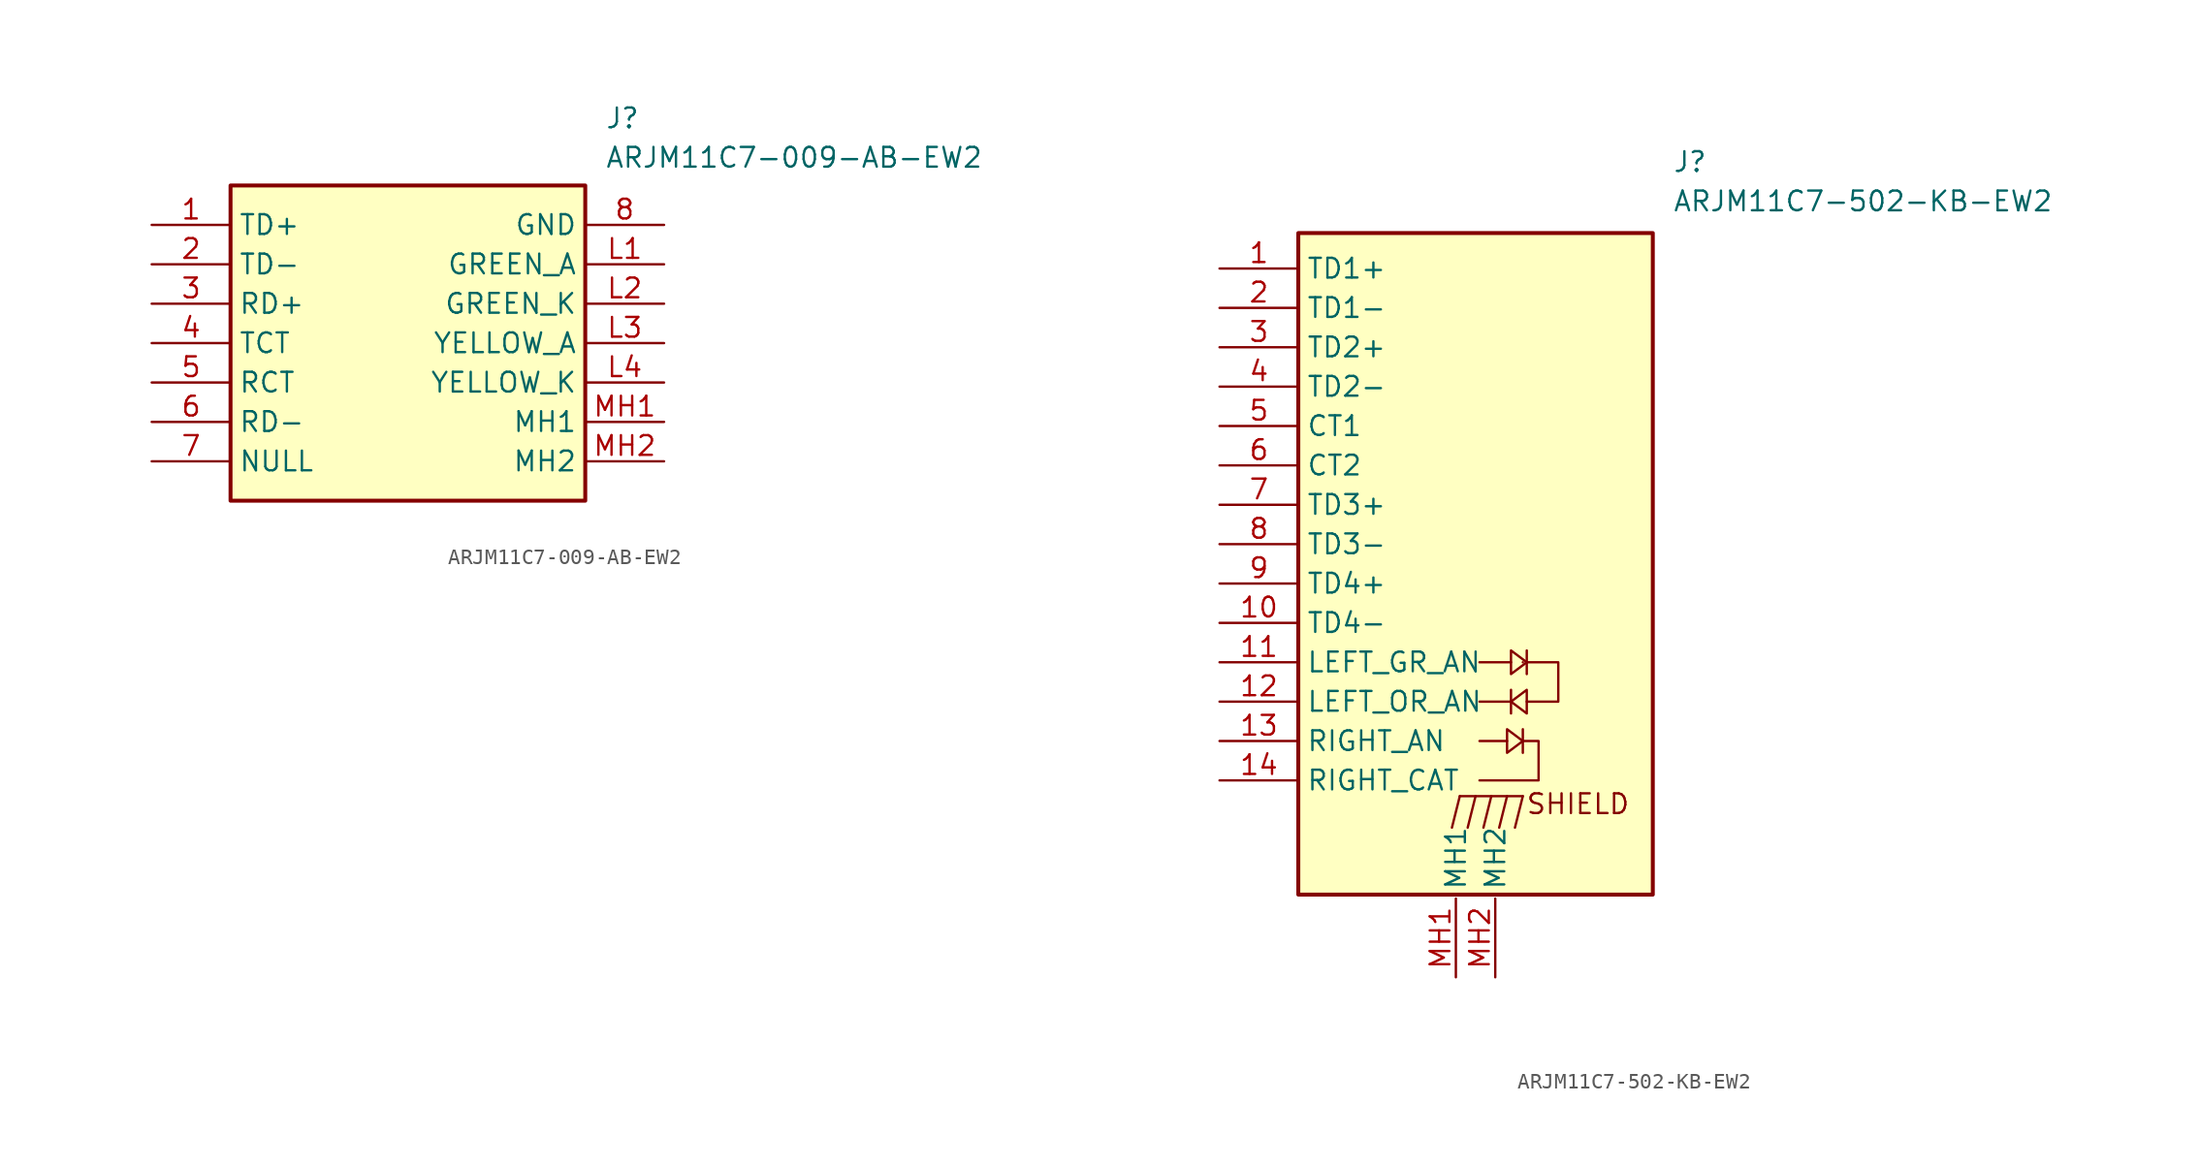
<source format=kicad_sym>
(kicad_symbol_lib
  (version 20231120)
  (generator "kicad_symbol_editor")
  (generator_version "8.0")
  (symbol "ARJM11C7-009-AB-EW2"
    (property "Reference" "J"
      (at 29.21 7.62 0)
      (effects (font (size 1.27 1.27)) (justify left top)))
    (property "Value" "ARJM11C7-009-AB-EW2"
      (at 29.21 5.08 0)
      (effects (font (size 1.27 1.27)) (justify left top)))
    (symbol "ARJM11C7-009-AB-EW2_1_1"
      (rectangle (start 5.08 2.54) (end 27.94 -17.78) (stroke (width 0.254) (type default)) (fill (type background)))
      (pin passive line (at 0 0 0) (length 5.08) (name "TD+" (effects (font (size 1.27 1.27)))) (number "1" (effects (font (size 1.27 1.27)))))
      (pin passive line (at 0 -2.54 0) (length 5.08) (name "TD-" (effects (font (size 1.27 1.27)))) (number "2" (effects (font (size 1.27 1.27)))))
      (pin passive line (at 0 -5.08 0) (length 5.08) (name "RD+" (effects (font (size 1.27 1.27)))) (number "3" (effects (font (size 1.27 1.27)))))
      (pin passive line (at 0 -7.62 0) (length 5.08) (name "TCT" (effects (font (size 1.27 1.27)))) (number "4" (effects (font (size 1.27 1.27)))))
      (pin passive line (at 0 -10.16 0) (length 5.08) (name "RCT" (effects (font (size 1.27 1.27)))) (number "5" (effects (font (size 1.27 1.27)))))
      (pin passive line (at 0 -12.7 0) (length 5.08) (name "RD-" (effects (font (size 1.27 1.27)))) (number "6" (effects (font (size 1.27 1.27)))))
      (pin passive line (at 0 -15.24 0) (length 5.08) (name "NULL" (effects (font (size 1.27 1.27)))) (number "7" (effects (font (size 1.27 1.27)))))
      (pin passive line (at 33.02 0 180) (length 5.08) (name "GND" (effects (font (size 1.27 1.27)))) (number "8" (effects (font (size 1.27 1.27)))))
      (pin passive line (at 33.02 -2.54 180) (length 5.08) (name "GREEN_A" (effects (font (size 1.27 1.27)))) (number "L1" (effects (font (size 1.27 1.27)))))
      (pin passive line (at 33.02 -5.08 180) (length 5.08) (name "GREEN_K" (effects (font (size 1.27 1.27)))) (number "L2" (effects (font (size 1.27 1.27)))))
      (pin passive line (at 33.02 -7.62 180) (length 5.08) (name "YELLOW_A" (effects (font (size 1.27 1.27)))) (number "L3" (effects (font (size 1.27 1.27)))))
      (pin passive line (at 33.02 -10.16 180) (length 5.08) (name "YELLOW_K" (effects (font (size 1.27 1.27)))) (number "L4" (effects (font (size 1.27 1.27)))))
      (pin passive line (at 33.02 -12.7 180) (length 5.08) (name "MH1" (effects (font (size 1.27 1.27)))) (number "MH1" (effects (font (size 1.27 1.27)))))
      (pin passive line (at 33.02 -15.24 180) (length 5.08) (name "MH2" (effects (font (size 1.27 1.27)))) (number "MH2" (effects (font (size 1.27 1.27)))))))
  (symbol "ARJM11C7-502-KB-EW2"
    (property "Reference" "J"
      (at 29.21 7.62 0)
      (effects (font (size 1.27 1.27)) (justify left top)))
    (property "Value" "ARJM11C7-502-KB-EW2"
      (at 29.21 5.08 0)
      (effects (font (size 1.27 1.27)) (justify left top)))
    (symbol "ARJM11C7-502-KB-EW2_0_1"
      (polyline (pts (xy 14.986 -36.068) (xy 15.494 -34.036)) (stroke (width 0) (type default)) (fill (type none)))
      (polyline (pts (xy 16.002 -36.068) (xy 16.51 -34.036)) (stroke (width 0) (type default)) (fill (type none)))
      (polyline (pts (xy 17.018 -36.068) (xy 17.526 -34.036)) (stroke (width 0) (type default)) (fill (type none)))
      (polyline (pts (xy 18.034 -36.068) (xy 18.542 -34.036)) (stroke (width 0) (type default)) (fill (type none)))
      (polyline (pts (xy 18.796 -27.94) (xy 16.764 -27.94)) (stroke (width 0) (type default)) (fill (type none)))
      (polyline (pts (xy 19.05 -36.068) (xy 19.558 -34.036)) (stroke (width 0) (type default)) (fill (type none)))
      (polyline (pts (xy 19.558 -34.036) (xy 15.494 -34.036)) (stroke (width 0) (type default)) (fill (type none))))
    (symbol "ARJM11C7-502-KB-EW2_1_0"
      (pin passive line (at 15.24 -45.72 90) (length 5.08) (name "MH1" (effects (font (size 1.27 1.27)))) (number "MH1" (effects (font (size 1.27 1.27)))))
      (pin passive line (at 17.78 -45.72 90) (length 5.08) (name "MH2" (effects (font (size 1.27 1.27)))) (number "MH2" (effects (font (size 1.27 1.27))))))
    (symbol "ARJM11C7-502-KB-EW2_1_1"
      (polyline (pts (xy 18.542 -30.48) (xy 16.764 -30.48)) (stroke (width 0) (type default)) (fill (type none)))
      (polyline (pts (xy 18.796 -28.702) (xy 18.796 -27.178)) (stroke (width 0) (type default)) (fill (type none)))
      (polyline (pts (xy 18.796 -25.4) (xy 16.764 -25.4)) (stroke (width 0) (type default)) (fill (type none)))
      (polyline (pts (xy 19.558 -30.48) (xy 19.558 -30.48)) (stroke (width 0) (type default)) (fill (type none)))
      (polyline (pts (xy 19.558 -29.718) (xy 19.558 -31.242)) (stroke (width 0) (type default)) (fill (type none)))
      (polyline (pts (xy 19.558 -25.4) (xy 19.558 -25.4)) (stroke (width 0) (type default)) (fill (type none)))
      (polyline (pts (xy 19.812 -24.638) (xy 19.812 -26.162)) (stroke (width 0) (type default)) (fill (type none)))
      (polyline (pts (xy 18.542 -29.718) (xy 18.542 -31.242) (xy 19.558 -30.48) (xy 18.542 -29.718)) (stroke (width 0) (type default)) (fill (type none)))
      (polyline (pts (xy 18.796 -24.638) (xy 18.796 -26.162) (xy 19.812 -25.4) (xy 18.796 -24.638)) (stroke (width 0) (type default)) (fill (type none)))
      (polyline (pts (xy 19.558 -30.48) (xy 20.574 -30.48) (xy 20.574 -33.02) (xy 16.764 -33.02)) (stroke (width 0) (type default)) (fill (type none)))
      (polyline (pts (xy 19.812 -28.702) (xy 19.812 -27.178) (xy 18.796 -27.94) (xy 19.812 -28.702)) (stroke (width 0) (type default)) (fill (type none)))
      (polyline (pts (xy 19.812 -25.4) (xy 21.844 -25.4) (xy 21.844 -27.94) (xy 19.812 -27.94)) (stroke (width 0) (type default)) (fill (type none)))
      (rectangle (start 5.08 2.286) (end 27.94 -40.386) (stroke (width 0.254) (type default)) (fill (type background)))
      (text "SHIELD" (at 23.114 -34.544 0) (effects (font (size 1.27 1.27))))
      (pin passive line (at 0 0 0) (length 5.08) (name "TD1+" (effects (font (size 1.27 1.27)))) (number "1" (effects (font (size 1.27 1.27)))))
      (pin passive line (at 0 -22.86 0) (length 5.08) (name "TD4-" (effects (font (size 1.27 1.27)))) (number "10" (effects (font (size 1.27 1.27)))))
      (pin passive line (at 0 -25.4 0) (length 5.08) (name "LEFT_GR_AN" (effects (font (size 1.27 1.27)))) (number "11" (effects (font (size 1.27 1.27)))))
      (pin passive line (at 0 -27.94 0) (length 5.08) (name "LEFT_OR_AN" (effects (font (size 1.27 1.27)))) (number "12" (effects (font (size 1.27 1.27)))))
      (pin passive line (at 0 -30.48 0) (length 5.08) (name "RIGHT_AN" (effects (font (size 1.27 1.27)))) (number "13" (effects (font (size 1.27 1.27)))))
      (pin passive line (at 0 -33.02 0) (length 5.08) (name "RIGHT_CAT" (effects (font (size 1.27 1.27)))) (number "14" (effects (font (size 1.27 1.27)))))
      (pin passive line (at 0 -2.54 0) (length 5.08) (name "TD1-" (effects (font (size 1.27 1.27)))) (number "2" (effects (font (size 1.27 1.27)))))
      (pin passive line (at 0 -5.08 0) (length 5.08) (name "TD2+" (effects (font (size 1.27 1.27)))) (number "3" (effects (font (size 1.27 1.27)))))
      (pin passive line (at 0 -7.62 0) (length 5.08) (name "TD2-" (effects (font (size 1.27 1.27)))) (number "4" (effects (font (size 1.27 1.27)))))
      (pin passive line (at 0 -10.16 0) (length 5.08) (name "CT1" (effects (font (size 1.27 1.27)))) (number "5" (effects (font (size 1.27 1.27)))))
      (pin passive line (at 0 -12.7 0) (length 5.08) (name "CT2" (effects (font (size 1.27 1.27)))) (number "6" (effects (font (size 1.27 1.27)))))
      (pin passive line (at 0 -15.24 0) (length 5.08) (name "TD3+" (effects (font (size 1.27 1.27)))) (number "7" (effects (font (size 1.27 1.27)))))
      (pin passive line (at 0 -17.78 0) (length 5.08) (name "TD3-" (effects (font (size 1.27 1.27)))) (number "8" (effects (font (size 1.27 1.27)))))
      (pin passive line (at 0 -20.32 0) (length 5.08) (name "TD4+" (effects (font (size 1.27 1.27)))) (number "9" (effects (font (size 1.27 1.27))))))))
</source>
